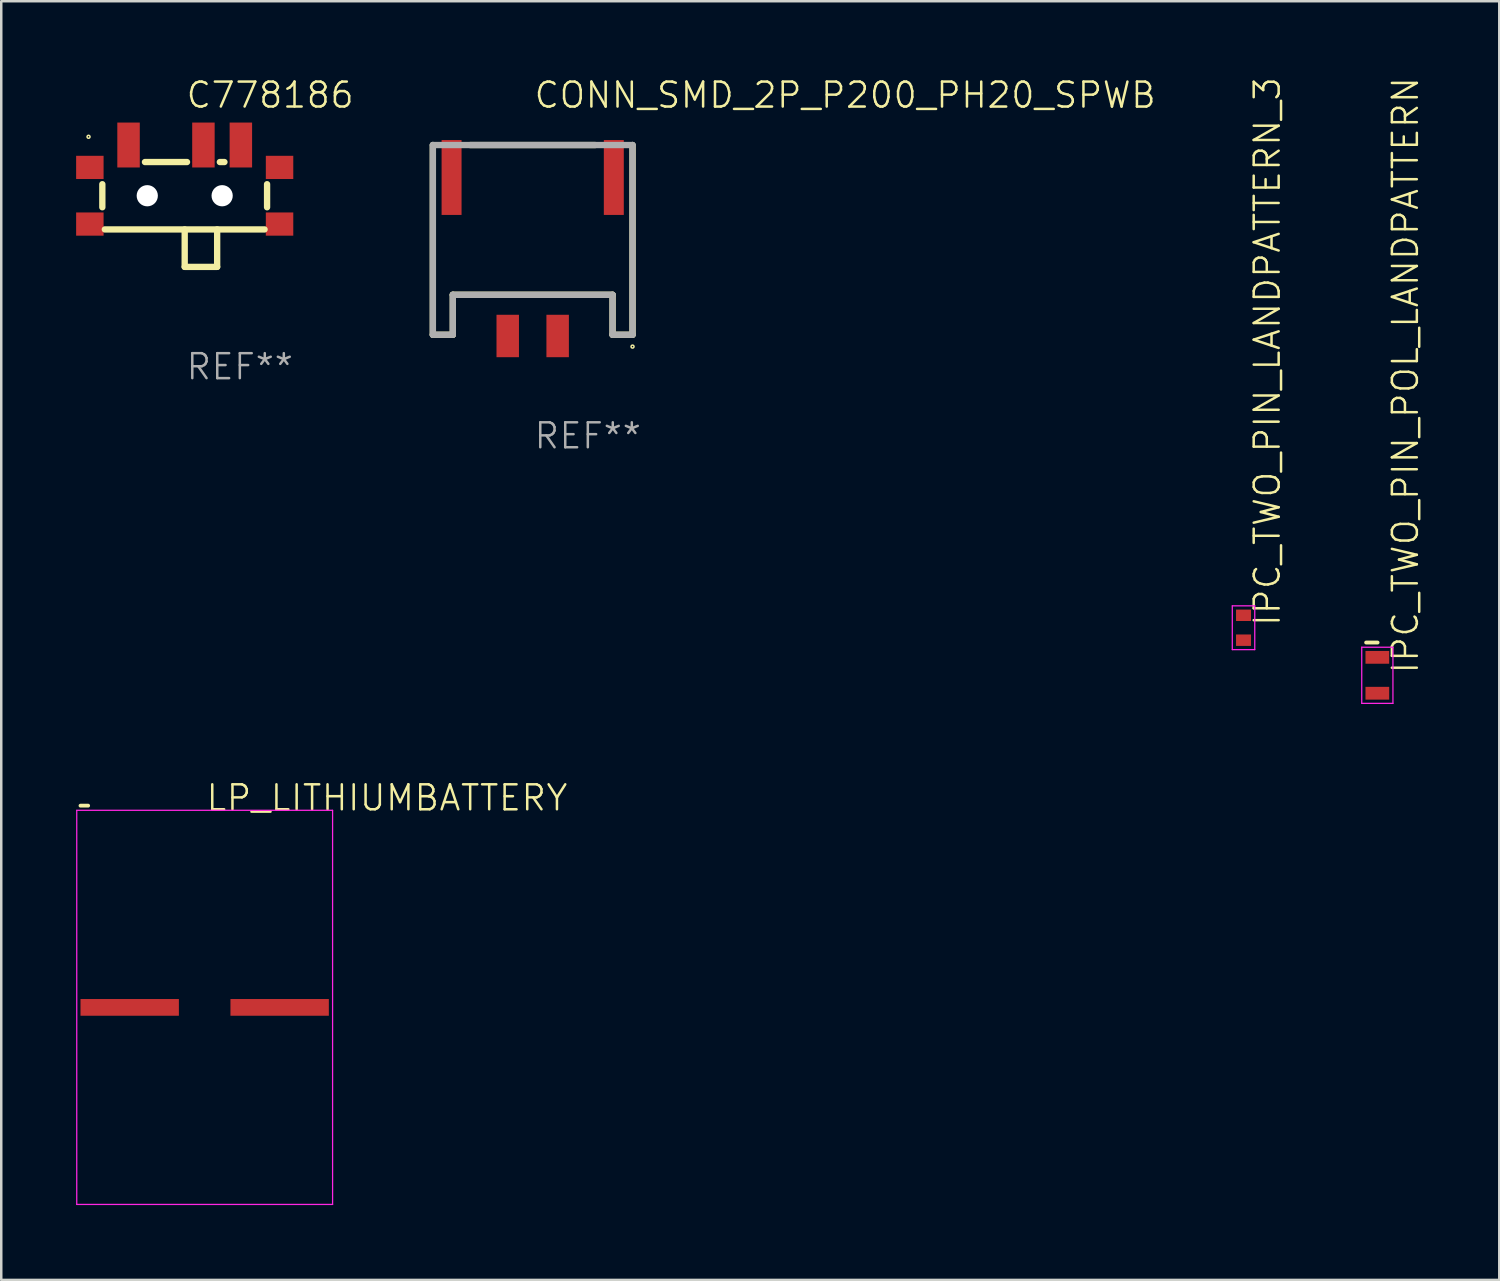
<source format=kicad_pcb>
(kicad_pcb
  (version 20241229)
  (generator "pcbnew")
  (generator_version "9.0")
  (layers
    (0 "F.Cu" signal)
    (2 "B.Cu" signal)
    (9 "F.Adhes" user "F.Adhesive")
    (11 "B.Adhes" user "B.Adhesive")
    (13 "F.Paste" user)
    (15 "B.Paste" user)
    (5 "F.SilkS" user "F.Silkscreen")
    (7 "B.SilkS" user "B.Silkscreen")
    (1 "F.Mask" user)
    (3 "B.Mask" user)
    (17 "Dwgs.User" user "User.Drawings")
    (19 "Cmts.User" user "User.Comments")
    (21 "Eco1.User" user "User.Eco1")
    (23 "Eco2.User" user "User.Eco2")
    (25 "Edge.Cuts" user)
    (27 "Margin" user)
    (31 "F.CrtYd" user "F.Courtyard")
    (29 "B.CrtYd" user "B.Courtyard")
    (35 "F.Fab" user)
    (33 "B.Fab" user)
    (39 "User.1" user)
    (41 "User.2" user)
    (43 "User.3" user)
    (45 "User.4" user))
  (footprint "LP_LITHIUMBATTERY"
    (layer "F.Cu")
    (at 5.15 37.31)
    (property "Reference" "LP_LITHIUMBATTERY" (at 0 -8.395 0) (layer "F.SilkS") (effects (font (size 1 1) (thickness 0.1)) (justify left)))
    (fp_poly (pts (xy -5.025 0.385) (xy -0.983 0.385) (xy -0.983 -0.385) (xy -5.025 -0.385)) (stroke (width 0) (type solid)) (fill yes) (layer "F.Mask"))
    (fp_poly (pts (xy 0.983 0.385) (xy 5.025 0.385) (xy 5.025 -0.385) (xy 0.983 -0.385)) (stroke (width 0) (type solid)) (fill yes) (layer "F.Mask"))
    (fp_line (start -4.975 -8.082) (end -4.669 -8.082) (stroke (width 0.153) (type solid)) (layer "F.SilkS"))
    (fp_line (start -5.125 -7.895) (end -5.125 7.895) (stroke (width 0.05) (type solid)) (layer "F.CrtYd"))
    (fp_line (start -5.125 7.895) (end 5.125 7.895) (stroke (width 0.05) (type solid)) (layer "F.CrtYd"))
    (fp_line (start 5.125 -7.895) (end -5.125 -7.895) (stroke (width 0.05) (type solid)) (layer "F.CrtYd"))
    (fp_line (start 5.125 7.895) (end 5.125 -7.895) (stroke (width 0.05) (type solid)) (layer "F.CrtYd"))
    (pad "1" smd rect (at -3.004 0) (size 3.942 0.67) (layers "F.Cu" "F.Paste"))
    (pad "2" smd rect (at 3.004 0) (size 3.942 0.67) (layers "F.Cu" "F.Paste")))
  (footprint "IPC_TWO_PIN_POL_LANDPATTERN"
    (layer "F.Cu")
    (at 52.132 24.005)
    (property "Reference" "IPC_TWO_PIN_POL_LANDPATTERN" (at 1.125 0 90) (layer "F.SilkS") (effects (font (size 1 1) (thickness 0.1)) (justify left)))
    (fp_poly (pts (xy -0.525 -0.413) (xy 0.525 -0.413) (xy 0.525 -1.025) (xy -0.525 -1.025)) (stroke (width 0) (type solid)) (fill yes) (layer "F.Mask"))
    (fp_poly (pts (xy -0.525 1.025) (xy 0.525 1.025) (xy 0.525 0.413) (xy -0.525 0.413)) (stroke (width 0) (type solid)) (fill yes) (layer "F.Mask"))
    (fp_line (start -0.449 -1.312) (end 0.011 -1.312) (stroke (width 0.153) (type solid)) (layer "F.SilkS"))
    (fp_line (start -0.625 -1.125) (end -0.625 1.125) (stroke (width 0.05) (type solid)) (layer "F.CrtYd"))
    (fp_line (start -0.625 1.125) (end 0.625 1.125) (stroke (width 0.05) (type solid)) (layer "F.CrtYd"))
    (fp_line (start 0.625 -1.125) (end -0.625 -1.125) (stroke (width 0.05) (type solid)) (layer "F.CrtYd"))
    (fp_line (start 0.625 1.125) (end 0.625 -1.125) (stroke (width 0.05) (type solid)) (layer "F.CrtYd"))
    (pad "a" smd rect (at 0 0.719) (size 0.95 0.512) (layers "F.Cu" "F.Paste"))
    (pad "c" smd rect (at 0 -0.719) (size 0.95 0.512) (layers "F.Cu" "F.Paste")))
  (footprint "CONN_SMD_2P_P200_PH20_SPWB"
    (layer "F.Cu")
    (at 18.292 6.586)
    (property "Reference" "CONN_SMD_2P_P200_PH20_SPWB" (at 0 -5.825 0) (layer "F.SilkS") (effects (font (size 1 1) (thickness 0.1)) (justify left)))
    (fp_line (start -4 3.775) (end -4 -3.825) (stroke (width 0.254) (type solid)) (layer "F.SilkS"))
    (fp_line (start -3.2 2.175) (end -3.2 3.775) (stroke (width 0.254) (type solid)) (layer "F.SilkS"))
    (fp_line (start -3.2 3.775) (end -4 3.775) (stroke (width 0.254) (type solid)) (layer "F.SilkS"))
    (fp_line (start -2.5 -3.825) (end 2.5 -3.825) (stroke (width 0.254) (type solid)) (layer "F.SilkS"))
    (fp_line (start 3.2 3.775) (end 3.2 2.175) (stroke (width 0.254) (type solid)) (layer "F.SilkS"))
    (fp_line (start 3.201 2.175) (end -3.2 2.175) (stroke (width 0.254) (type solid)) (layer "F.SilkS"))
    (fp_line (start 4 -3.825) (end 4 3.775) (stroke (width 0.254) (type solid)) (layer "F.SilkS"))
    (fp_line (start 4 3.775) (end 3.2 3.775) (stroke (width 0.254) (type solid)) (layer "F.SilkS"))
    (fp_arc (start 4.030099 4.250038) (mid 3.970155 4.250038) (end 4.030099 4.250038) (stroke (width 0.059995) (type solid)) (layer "F.SilkS"))
    (fp_line (start -4 -3.825) (end 4 -3.825) (stroke (width 0.254) (type solid)) (layer "F.Fab"))
    (fp_line (start -4 3.775) (end -4 -3.825) (stroke (width 0.254) (type solid)) (layer "F.Fab"))
    (fp_line (start -3.2 2.175) (end -3.2 3.776) (stroke (width 0.254) (type solid)) (layer "F.Fab"))
    (fp_line (start -3.2 3.775) (end -4 3.775) (stroke (width 0.254) (type solid)) (layer "F.Fab"))
    (fp_line (start 3.2 3.775) (end 3.2 2.175) (stroke (width 0.254) (type solid)) (layer "F.Fab"))
    (fp_line (start 3.201 2.175) (end -3.2 2.175) (stroke (width 0.254) (type solid)) (layer "F.Fab"))
    (fp_line (start 4 -3.825) (end 4 3.775) (stroke (width 0.254) (type solid)) (layer "F.Fab"))
    (fp_line (start 4 3.775) (end 3.2 3.775) (stroke (width 0.254) (type solid)) (layer "F.Fab"))
    (fp_text user "REF**" (at 0 7.825 0) (layer "F.Fab") (effects (font (size 1 1) (thickness 0.1)) (justify left)))
    (pad "1" smd rect (at 1 3.825) (size 0.9 1.7) (layers "F.Cu" "F.Mask" "F.Paste"))
    (pad "2" smd rect (at -1 3.825) (size 0.9 1.7) (layers "F.Cu" "F.Mask" "F.Paste"))
    (pad "3" smd rect (at -3.25 -2.525) (size 0.8 3) (layers "F.Cu" "F.Mask" "F.Paste"))
    (pad "4" smd rect (at 3.25 -2.525) (size 0.8 3) (layers "F.Cu" "F.Mask" "F.Paste")))
  (footprint "C778186"
    (layer "F.Cu")
    (at 4.35 5.201)
    (property "Reference" "C778186" (at 0 -4.441 0) (layer "F.SilkS") (effects (font (size 1 1) (thickness 0.1)) (justify left)))
    (fp_poly (pts (xy -1.075 -0.409) (xy -1.083 -0.492) (xy -1.107 -0.572) (xy -1.147 -0.645) (xy -1.199 -0.71) (xy -1.264 -0.763) (xy -1.337 -0.802) (xy -1.417 -0.826) (xy -1.5 -0.834) (xy -1.583 -0.826) (xy -1.663 -0.802) (xy -1.736 -0.763) (xy -1.801 -0.71) (xy -1.853 -0.645) (xy -1.893 -0.572) (xy -1.917 -0.492) (xy -1.925 -0.409) (xy -1.917 -0.326) (xy -1.893 -0.247) (xy -1.853 -0.173) (xy -1.801 -0.109) (xy -1.736 -0.056) (xy -1.663 -0.017) (xy -1.583 0.008) (xy -1.5 0.016) (xy -1.417 0.008) (xy -1.337 -0.017) (xy -1.264 -0.056) (xy -1.199 -0.109) (xy -1.147 -0.173) (xy -1.107 -0.247) (xy -1.083 -0.326)) (stroke (width 0) (type solid)) (fill yes) (layer "F.Mask"))
    (fp_poly (pts (xy 1.925 -0.409) (xy 1.917 -0.492) (xy 1.893 -0.572) (xy 1.853 -0.645) (xy 1.801 -0.71) (xy 1.736 -0.763) (xy 1.663 -0.802) (xy 1.583 -0.826) (xy 1.5 -0.834) (xy 1.417 -0.826) (xy 1.337 -0.802) (xy 1.264 -0.763) (xy 1.199 -0.71) (xy 1.147 -0.645) (xy 1.107 -0.572) (xy 1.083 -0.492) (xy 1.075 -0.409) (xy 1.083 -0.326) (xy 1.107 -0.247) (xy 1.147 -0.173) (xy 1.199 -0.109) (xy 1.264 -0.056) (xy 1.337 -0.017) (xy 1.417 0.008) (xy 1.5 0.016) (xy 1.583 0.008) (xy 1.663 -0.017) (xy 1.736 -0.056) (xy 1.801 -0.109) (xy 1.853 -0.173) (xy 1.893 -0.247) (xy 1.917 -0.326)) (stroke (width 0) (type solid)) (fill yes) (layer "F.Mask"))
    (fp_poly (pts (xy -1.075 -0.409) (xy -1.083 -0.492) (xy -1.107 -0.572) (xy -1.147 -0.645) (xy -1.199 -0.71) (xy -1.264 -0.763) (xy -1.337 -0.802) (xy -1.417 -0.826) (xy -1.5 -0.834) (xy -1.583 -0.826) (xy -1.663 -0.802) (xy -1.736 -0.763) (xy -1.801 -0.71) (xy -1.853 -0.645) (xy -1.893 -0.572) (xy -1.917 -0.492) (xy -1.925 -0.409) (xy -1.917 -0.326) (xy -1.893 -0.247) (xy -1.853 -0.173) (xy -1.801 -0.109) (xy -1.736 -0.056) (xy -1.663 -0.017) (xy -1.583 0.008) (xy -1.5 0.016) (xy -1.417 0.008) (xy -1.337 -0.017) (xy -1.264 -0.056) (xy -1.199 -0.109) (xy -1.147 -0.173) (xy -1.107 -0.247) (xy -1.083 -0.326)) (stroke (width 0) (type solid)) (fill yes) (layer "B.Mask"))
    (fp_poly (pts (xy 1.925 -0.409) (xy 1.917 -0.492) (xy 1.893 -0.572) (xy 1.853 -0.645) (xy 1.801 -0.71) (xy 1.736 -0.763) (xy 1.663 -0.802) (xy 1.583 -0.826) (xy 1.5 -0.834) (xy 1.417 -0.826) (xy 1.337 -0.802) (xy 1.264 -0.763) (xy 1.199 -0.71) (xy 1.147 -0.645) (xy 1.107 -0.572) (xy 1.083 -0.492) (xy 1.075 -0.409) (xy 1.083 -0.326) (xy 1.107 -0.247) (xy 1.147 -0.173) (xy 1.199 -0.109) (xy 1.264 -0.056) (xy 1.337 -0.017) (xy 1.417 0.008) (xy 1.5 0.016) (xy 1.583 0.008) (xy 1.663 -0.017) (xy 1.736 -0.056) (xy 1.801 -0.109) (xy 1.853 -0.173) (xy 1.893 -0.247) (xy 1.917 -0.326)) (stroke (width 0) (type solid)) (fill yes) (layer "B.Mask"))
    (fp_line (start -3.3 0.053) (end -3.3 -0.871) (stroke (width 0.254) (type solid)) (layer "F.SilkS"))
    (fp_line (start -0.000127 2.441) (end -0.000127 0.941) (stroke (width 0.254) (type solid)) (layer "F.SilkS"))
    (fp_line (start 0.092 -1.759) (end -1.592 -1.759) (stroke (width 0.254) (type solid)) (layer "F.SilkS"))
    (fp_line (start 1.3 0.941) (end 1.3 2.441) (stroke (width 0.254) (type solid)) (layer "F.SilkS"))
    (fp_line (start 1.3 2.441) (end -0.000127 2.441) (stroke (width 0.254) (type solid)) (layer "F.SilkS"))
    (fp_line (start 1.592 -1.759) (end 1.408 -1.759) (stroke (width 0.254) (type solid)) (layer "F.SilkS"))
    (fp_line (start 3.2 0.941) (end -3.2 0.941) (stroke (width 0.254) (type solid)) (layer "F.SilkS"))
    (fp_line (start 3.3 0.053) (end 3.3 -0.871) (stroke (width 0.254) (type solid)) (layer "F.SilkS"))
    (fp_arc (start -3.822657 -2.770574) (mid -3.882651 -2.770574) (end -3.822657 -2.770574) (stroke (width 0.059995) (type solid)) (layer "F.SilkS"))
    (fp_text user "REF**" (at 0 6.441 0) (layer "F.Fab") (effects (font (size 1 1) (thickness 0.1)) (justify left)))
    (pad "" np_thru_hole circle (at -1.5 -0.409) (size 0.85 0.85) (drill 0.85) (layers "*.Cu" "*.Mask"))
    (pad "" np_thru_hole circle (at 1.5 -0.409) (size 0.85 0.85) (drill 0.85) (layers "*.Cu" "*.Mask"))
    (pad "1" smd rect (at -2.25 -2.441) (size 0.9 1.8) (layers "F.Cu" "F.Mask" "F.Paste"))
    (pad "2" smd rect (at 0.75 -2.441) (size 0.9 1.8) (layers "F.Cu" "F.Mask" "F.Paste"))
    (pad "3" smd rect (at 2.25 -2.441) (size 0.9 1.8) (layers "F.Cu" "F.Mask" "F.Paste"))
    (pad "4" smd rect (at 3.8 -1.544) (size 1.1 0.93) (layers "F.Cu" "F.Mask" "F.Paste"))
    (pad "5" smd rect (at 3.8 0.726) (size 1.1 0.93) (layers "F.Cu" "F.Mask" "F.Paste"))
    (pad "6" smd rect (at -3.8 0.726) (size 1.1 0.93) (layers "F.Cu" "F.Mask" "F.Paste"))
    (pad "7" smd rect (at -3.8 -1.544) (size 1.1 0.93) (layers "F.Cu" "F.Mask" "F.Paste")))
  (footprint "IPC_TWO_PIN_LANDPATTERN_3"
    (layer "F.Cu")
    (at 46.771 22.1)
    (property "Reference" "IPC_TWO_PIN_LANDPATTERN_3" (at 0.95 0 90) (layer "F.SilkS") (effects (font (size 1 1) (thickness 0.1)) (justify left)))
    (fp_poly (pts (xy -0.35 -0.22) (xy 0.35 -0.22) (xy 0.35 -0.777) (xy -0.35 -0.777)) (stroke (width 0) (type solid)) (fill yes) (layer "F.Mask"))
    (fp_poly (pts (xy -0.35 0.777) (xy 0.35 0.777) (xy 0.35 0.22) (xy -0.35 0.22)) (stroke (width 0) (type solid)) (fill yes) (layer "F.Mask"))
    (fp_line (start -0.45 -0.877) (end -0.45 0.877) (stroke (width 0.05) (type solid)) (layer "F.CrtYd"))
    (fp_line (start -0.45 0.877) (end 0.45 0.877) (stroke (width 0.05) (type solid)) (layer "F.CrtYd"))
    (fp_line (start 0.45 -0.877) (end -0.45 -0.877) (stroke (width 0.05) (type solid)) (layer "F.CrtYd"))
    (fp_line (start 0.45 0.877) (end 0.45 -0.877) (stroke (width 0.05) (type solid)) (layer "F.CrtYd"))
    (pad "1" smd rect (at 0 -0.499) (size 0.6 0.458) (layers "F.Cu" "F.Paste"))
    (pad "2" smd rect (at 0 0.499) (size 0.6 0.458) (layers "F.Cu" "F.Paste")))
  (gr_rect
    (start -3 -3)
    (end 57.017 48.23)
    (stroke (width 0.1) (type default))
    (fill no)
    (layer "Edge.Cuts")))
</source>
